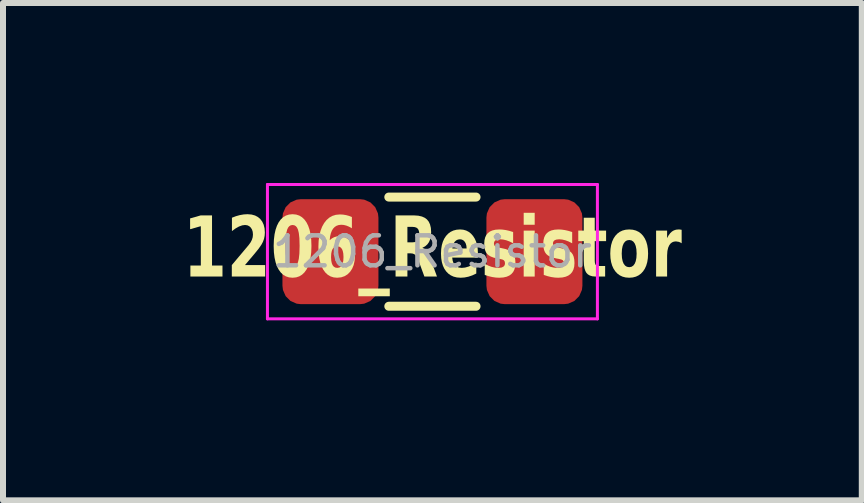
<source format=kicad_pcb>
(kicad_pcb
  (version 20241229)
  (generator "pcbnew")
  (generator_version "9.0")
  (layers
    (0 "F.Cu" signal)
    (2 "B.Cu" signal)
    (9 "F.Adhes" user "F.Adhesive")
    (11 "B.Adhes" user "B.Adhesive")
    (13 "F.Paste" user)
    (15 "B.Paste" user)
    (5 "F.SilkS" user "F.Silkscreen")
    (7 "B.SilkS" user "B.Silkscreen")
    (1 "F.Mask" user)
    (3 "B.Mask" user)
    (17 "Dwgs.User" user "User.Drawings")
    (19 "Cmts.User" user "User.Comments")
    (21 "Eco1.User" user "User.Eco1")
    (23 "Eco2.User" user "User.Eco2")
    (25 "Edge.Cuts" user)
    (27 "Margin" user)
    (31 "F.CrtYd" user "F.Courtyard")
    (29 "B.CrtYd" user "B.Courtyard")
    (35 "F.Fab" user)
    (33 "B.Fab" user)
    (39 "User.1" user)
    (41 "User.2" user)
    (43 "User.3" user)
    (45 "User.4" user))
  (footprint "1206_Resistor"
    (layer "F.Cu")
    (at 4.158 1.145)
    (property "Reference" "1206_Resistor" (at 0 0 0) (layer "F.SilkS") (effects (font (face "Segoe UI This") (size 1 0.75) (thickness 0.15) (bold yes))))
    (attr smd)
    (fp_line (start -0.727 -0.91) (end 0.727 -0.91) (stroke (width 0.15) (type solid)) (layer "F.SilkS"))
    (fp_line (start -0.727 0.91) (end 0.727 0.91) (stroke (width 0.15) (type solid)) (layer "F.SilkS"))
    (fp_line (start -2.75 -1.12) (end 2.75 -1.12) (stroke (width 0.05) (type solid)) (layer "F.CrtYd"))
    (fp_line (start -2.75 1.12) (end -2.75 -1.12) (stroke (width 0.05) (type solid)) (layer "F.CrtYd"))
    (fp_line (start 2.75 -1.12) (end 2.75 1.12) (stroke (width 0.05) (type solid)) (layer "F.CrtYd"))
    (fp_line (start 2.75 1.12) (end -2.75 1.12) (stroke (width 0.05) (type solid)) (layer "F.CrtYd"))
    (fp_text user "${REFERENCE}" (at 0 0 0) (layer "F.Fab") (effects (font (size 0.5 0.5) (thickness 0.075))))
    (pad "1" smd roundrect (at -1.7 0) (size 1.6 1.75) (layers "F.Cu" "F.Mask" "F.Paste") (roundrect_rratio 0.192))
    (pad "2" smd roundrect (at 1.7 0) (size 1.6 1.75) (layers "F.Cu" "F.Mask" "F.Paste") (roundrect_rratio 0.192)))
  (gr_rect
    (start -3 -3)
    (end 11.315 5.29)
    (stroke (width 0.1) (type default))
    (fill no)
    (layer "Edge.Cuts")))
</source>
